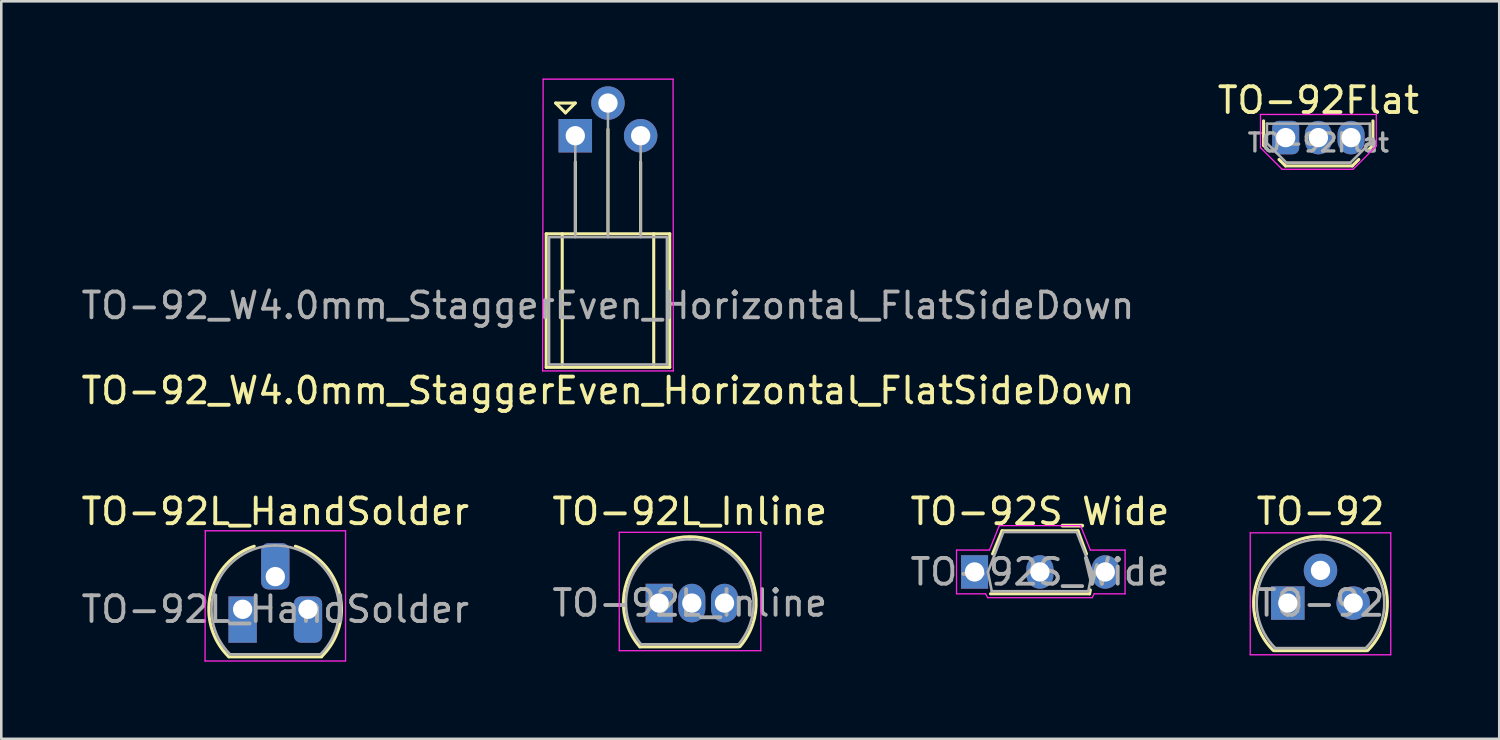
<source format=kicad_pcb>
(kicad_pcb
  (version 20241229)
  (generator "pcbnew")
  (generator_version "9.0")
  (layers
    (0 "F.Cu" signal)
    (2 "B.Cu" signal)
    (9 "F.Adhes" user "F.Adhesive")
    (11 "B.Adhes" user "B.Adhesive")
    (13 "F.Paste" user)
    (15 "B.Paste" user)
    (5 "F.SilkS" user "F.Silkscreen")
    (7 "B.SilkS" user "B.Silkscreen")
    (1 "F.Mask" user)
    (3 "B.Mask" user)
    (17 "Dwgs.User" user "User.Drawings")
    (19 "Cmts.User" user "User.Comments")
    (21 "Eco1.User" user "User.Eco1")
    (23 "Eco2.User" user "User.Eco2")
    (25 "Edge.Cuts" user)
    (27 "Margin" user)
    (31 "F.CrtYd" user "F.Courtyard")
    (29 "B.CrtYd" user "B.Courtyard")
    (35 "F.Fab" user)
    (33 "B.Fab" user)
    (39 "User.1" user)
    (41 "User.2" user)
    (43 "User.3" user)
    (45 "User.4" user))
  (footprint "TO-92L_Inline"
    (layer "F.Cu")
    (at 22.566 20.387)
    (property "Reference" "TO-92L_Inline" (at 1.19 -3.56 0) (layer "F.SilkS") (effects (font (size 1 1) (thickness 0.15))))
    (attr through_hole)
    (fp_line (start -0.75 1.7) (end 3.1 1.7) (stroke (width 0.12) (type solid)) (layer "F.SilkS"))
    (fp_arc (start -0.75 1.7) (mid 1.183448 -2.579449) (end 3.138611 1.690122) (stroke (width 0.12) (type solid)) (layer "F.SilkS"))
    (fp_line (start -1.55 -2.75) (end -1.55 1.85) (stroke (width 0.05) (type solid)) (layer "F.CrtYd"))
    (fp_line (start -1.55 -2.75) (end 3.95 -2.75) (stroke (width 0.05) (type solid)) (layer "F.CrtYd"))
    (fp_line (start 3.95 1.85) (end -1.55 1.85) (stroke (width 0.05) (type solid)) (layer "F.CrtYd"))
    (fp_line (start 3.95 1.85) (end 3.95 -2.75) (stroke (width 0.05) (type solid)) (layer "F.CrtYd"))
    (fp_line (start -0.7 1.6) (end 3.05 1.6) (stroke (width 0.1) (type solid)) (layer "F.Fab"))
    (fp_arc (start -0.702818 1.602385) (mid -1.059924 -1.043188) (end 1.19 -2.48) (stroke (width 0.1) (type solid)) (layer "F.Fab"))
    (fp_arc (start 1.19 -2.48) (mid 3.437211 -1.049019) (end 3.091103 1.592547) (stroke (width 0.1) (type solid)) (layer "F.Fab"))
    (fp_text user "${REFERENCE}" (at 1.19 0 0) (layer "F.Fab") (effects (font (size 1 1) (thickness 0.15))))
    (pad "1" thru_hole rect (at 0 0) (size 1.05 1.5) (drill 0.75) (layers "*.Cu" "*.Mask"))
    (pad "2" thru_hole oval (at 1.27 0) (size 1.05 1.5) (drill 0.75) (layers "*.Cu" "*.Mask"))
    (pad "3" thru_hole oval (at 2.54 0) (size 1.05 1.5) (drill 0.75) (layers "*.Cu" "*.Mask")))
  (footprint "TO-92S_Wide"
    (layer "F.Cu")
    (at 34.823 19.177)
    (property "Reference" "TO-92S_Wide" (at 2.54 -2.35 0) (layer "F.SilkS") (effects (font (size 1 1) (thickness 0.15))))
    (attr through_hole)
    (fp_line (start 0.62 0.85) (end 4.47 0.85) (stroke (width 0.12) (type solid)) (layer "F.SilkS"))
    (fp_line (start 1.07 -1.6) (end 0.7 -0.7) (stroke (width 0.12) (type solid)) (layer "F.SilkS"))
    (fp_line (start 4.02 -1.6) (end 1.07 -1.6) (stroke (width 0.12) (type solid)) (layer "F.SilkS"))
    (fp_line (start 4.35 -0.7) (end 4.02 -1.6) (stroke (width 0.12) (type solid)) (layer "F.SilkS"))
    (fp_line (start 4.47 0.85) (end 4.5 0.7) (stroke (width 0.12) (type solid)) (layer "F.SilkS"))
    (fp_line (start -0.7 -0.85) (end -0.7 0.85) (stroke (width 0.05) (type solid)) (layer "F.CrtYd"))
    (fp_line (start -0.7 0.85) (end 0.43 0.85) (stroke (width 0.05) (type solid)) (layer "F.CrtYd"))
    (fp_line (start 0.51 1) (end 0.43 0.85) (stroke (width 0.05) (type solid)) (layer "F.CrtYd"))
    (fp_line (start 0.51 1) (end 4.57 1) (stroke (width 0.05) (type solid)) (layer "F.CrtYd"))
    (fp_line (start 0.58 -0.85) (end -0.7 -0.85) (stroke (width 0.05) (type solid)) (layer "F.CrtYd"))
    (fp_line (start 0.58 -0.85) (end 0.96 -1.8) (stroke (width 0.05) (type solid)) (layer "F.CrtYd"))
    (fp_line (start 4.12 -1.8) (end 0.96 -1.8) (stroke (width 0.05) (type solid)) (layer "F.CrtYd"))
    (fp_line (start 4.5 -0.85) (end 4.12 -1.8) (stroke (width 0.05) (type solid)) (layer "F.CrtYd"))
    (fp_line (start 4.5 -0.85) (end 5.85 -0.85) (stroke (width 0.05) (type solid)) (layer "F.CrtYd"))
    (fp_line (start 4.57 1) (end 4.65 0.85) (stroke (width 0.05) (type solid)) (layer "F.CrtYd"))
    (fp_line (start 5.85 -0.85) (end 5.85 0.85) (stroke (width 0.05) (type solid)) (layer "F.CrtYd"))
    (fp_line (start 5.85 0.85) (end 4.65 0.85) (stroke (width 0.05) (type solid)) (layer "F.CrtYd"))
    (fp_line (start 0.52 0) (end 1.12 -1.55) (stroke (width 0.1) (type solid)) (layer "F.Fab"))
    (fp_line (start 0.67 0.75) (end 0.52 0) (stroke (width 0.1) (type solid)) (layer "F.Fab"))
    (fp_line (start 0.67 0.75) (end 4.42 0.75) (stroke (width 0.1) (type solid)) (layer "F.Fab"))
    (fp_line (start 1.12 -1.55) (end 3.97 -1.55) (stroke (width 0.1) (type solid)) (layer "F.Fab"))
    (fp_line (start 4.42 0.75) (end 4.57 0) (stroke (width 0.1) (type solid)) (layer "F.Fab"))
    (fp_line (start 4.57 0) (end 3.97 -1.55) (stroke (width 0.1) (type solid)) (layer "F.Fab"))
    (fp_text user "${REFERENCE}" (at 2.54 0 0) (layer "F.Fab") (effects (font (size 1 1) (thickness 0.15))))
    (pad "1" thru_hole rect (at 0 0) (size 1.05 1.3) (drill 0.75) (layers "*.Cu" "*.Mask"))
    (pad "2" thru_hole oval (at 2.54 0) (size 1.05 1.3) (drill 0.75) (layers "*.Cu" "*.Mask"))
    (pad "3" thru_hole oval (at 5.08 0) (size 1.05 1.3) (drill 0.75) (layers "*.Cu" "*.Mask")))
  (footprint "TO-92L_HandSolder"
    (layer "F.Cu")
    (at 6.379 20.628)
    (property "Reference" "TO-92L_HandSolder" (at 1.27 -3.8 0) (layer "F.SilkS") (effects (font (size 1 1) (thickness 0.15))))
    (attr through_hole)
    (fp_line (start -0.53 1.85) (end 3.07 1.85) (stroke (width 0.12) (type solid)) (layer "F.SilkS"))
    (fp_arc (start -0.541453 1.842156) (mid -1.247298 -0.581475) (end 0.45 -2.45) (stroke (width 0.12) (type solid)) (layer "F.SilkS"))
    (fp_arc (start 2.05 -2.45) (mid 3.769931 -0.601036) (end 3.078445 1.827684) (stroke (width 0.12) (type solid)) (layer "F.SilkS"))
    (fp_line (start -1.46 -3.05) (end 4 -3.05) (stroke (width 0.05) (type solid)) (layer "F.CrtYd"))
    (fp_line (start -1.45 -3.05) (end -1.46 2.01) (stroke (width 0.05) (type solid)) (layer "F.CrtYd"))
    (fp_line (start 4 2.01) (end -1.46 2.01) (stroke (width 0.05) (type solid)) (layer "F.CrtYd"))
    (fp_line (start 4 2.01) (end 4 -3.05) (stroke (width 0.05) (type solid)) (layer "F.CrtYd"))
    (fp_line (start -0.5 1.75) (end 3 1.75) (stroke (width 0.1) (type solid)) (layer "F.Fab"))
    (fp_arc (start -0.483625 1.753625) (mid -1.021221 -0.949055) (end 1.27 -2.48) (stroke (width 0.1) (type solid)) (layer "F.Fab"))
    (fp_arc (start 1.27 -2.48) (mid 3.561221 -0.949055) (end 3.023625 1.753625) (stroke (width 0.1) (type solid)) (layer "F.Fab"))
    (fp_text user "${REFERENCE}" (at 1.27 0 0) (layer "F.Fab") (effects (font (size 1 1) (thickness 0.15))))
    (pad "1" thru_hole rect (at 0 0) (size 1.1 1.8) (drill 0.75 (offset 0 0.4)) (layers "*.Cu" "*.Mask"))
    (pad "2" thru_hole roundrect (at 1.27 -1.27) (size 1.1 1.8) (drill 0.75 (offset 0 -0.4)) (layers "*.Cu" "*.Mask") (roundrect_rratio 0.25))
    (pad "3" thru_hole roundrect (at 2.54 0) (size 1.1 1.8) (drill 0.75 (offset 0 0.4)) (layers "*.Cu" "*.Mask") (roundrect_rratio 0.25)))
  (footprint "TO-92"
    (layer "F.Cu")
    (at 46.997 20.387)
    (property "Reference" "TO-92" (at 1.27 -3.56 0) (layer "F.SilkS") (effects (font (size 1 1) (thickness 0.15))))
    (attr through_hole)
    (fp_line (start -0.53 1.85) (end 3.07 1.85) (stroke (width 0.12) (type solid)) (layer "F.SilkS"))
    (fp_arc (start -0.568478 1.838478) (mid -1.132087 -0.994977) (end 1.27 -2.6) (stroke (width 0.12) (type solid)) (layer "F.SilkS"))
    (fp_arc (start 1.27 -2.6) (mid 3.672087 -0.994977) (end 3.108478 1.838478) (stroke (width 0.12) (type solid)) (layer "F.SilkS"))
    (fp_line (start -1.46 -2.73) (end -1.46 2.01) (stroke (width 0.05) (type solid)) (layer "F.CrtYd"))
    (fp_line (start -1.46 -2.73) (end 4 -2.73) (stroke (width 0.05) (type solid)) (layer "F.CrtYd"))
    (fp_line (start 4 2.01) (end -1.46 2.01) (stroke (width 0.05) (type solid)) (layer "F.CrtYd"))
    (fp_line (start 4 2.01) (end 4 -2.73) (stroke (width 0.05) (type solid)) (layer "F.CrtYd"))
    (fp_line (start -0.5 1.75) (end 3 1.75) (stroke (width 0.1) (type solid)) (layer "F.Fab"))
    (fp_arc (start -0.483625 1.753625) (mid -1.021221 -0.949055) (end 1.27 -2.48) (stroke (width 0.1) (type solid)) (layer "F.Fab"))
    (fp_arc (start 1.27 -2.48) (mid 3.561221 -0.949055) (end 3.023625 1.753625) (stroke (width 0.1) (type solid)) (layer "F.Fab"))
    (fp_text user "${REFERENCE}" (at 1.27 0 0) (layer "F.Fab") (effects (font (size 1 1) (thickness 0.15))))
    (pad "1" thru_hole rect (at 0 0) (size 1.3 1.3) (drill 0.75) (layers "*.Cu" "*.Mask"))
    (pad "2" thru_hole circle (at 1.27 -1.27) (size 1.3 1.3) (drill 0.75) (layers "*.Cu" "*.Mask"))
    (pad "3" thru_hole circle (at 2.54 0) (size 1.3 1.3) (drill 0.75) (layers "*.Cu" "*.Mask")))
  (footprint "TO-92Flat"
    (layer "F.Cu")
    (at 46.915 2.298)
    (property "Reference" "TO-92Flat" (at 1.27 -1.45 0) (layer "F.SilkS") (effects (font (size 1 1) (thickness 0.15))))
    (attr through_hole)
    (fp_line (start -0.86 0.3) (end -0.86 -0.65) (stroke (width 0.12) (type solid)) (layer "F.SilkS"))
    (fp_line (start -0.71 0.45) (end -0.86 0.3) (stroke (width 0.12) (type solid)) (layer "F.SilkS"))
    (fp_line (start -0.01 1.1) (end -0.26 0.85) (stroke (width 0.12) (type solid)) (layer "F.SilkS"))
    (fp_line (start -0.01 1.1) (end 2.59 1.1) (stroke (width 0.12) (type solid)) (layer "F.SilkS"))
    (fp_line (start 2.59 1.1) (end 2.84 0.85) (stroke (width 0.12) (type solid)) (layer "F.SilkS"))
    (fp_line (start 3.24 0.45) (end 3.39 0.3) (stroke (width 0.12) (type solid)) (layer "F.SilkS"))
    (fp_line (start 3.39 -0.65) (end 3.39 0.3) (stroke (width 0.12) (type solid)) (layer "F.SilkS"))
    (fp_line (start -0.98 -0.9) (end 3.52 -0.9) (stroke (width 0.05) (type solid)) (layer "F.CrtYd"))
    (fp_line (start -0.98 0.39) (end -0.98 -0.9) (stroke (width 0.05) (type solid)) (layer "F.CrtYd"))
    (fp_line (start -0.14 1.23) (end -0.98 0.39) (stroke (width 0.05) (type solid)) (layer "F.CrtYd"))
    (fp_line (start 2.62 1.23) (end -0.14 1.23) (stroke (width 0.05) (type solid)) (layer "F.CrtYd"))
    (fp_line (start 3.52 -0.9) (end 3.52 0.33) (stroke (width 0.05) (type solid)) (layer "F.CrtYd"))
    (fp_line (start 3.52 0.33) (end 2.62 1.23) (stroke (width 0.05) (type solid)) (layer "F.CrtYd"))
    (fp_line (start -0.73 -0.542) (end -0.73 0.217) (stroke (width 0.1) (type solid)) (layer "F.Fab"))
    (fp_line (start 0.03 0.978) (end -0.73 0.217) (stroke (width 0.1) (type solid)) (layer "F.Fab"))
    (fp_line (start 2.51 0.978) (end 0.03 0.978) (stroke (width 0.1) (type solid)) (layer "F.Fab"))
    (fp_line (start 2.51 0.978) (end 0.03 0.978) (stroke (width 0.1) (type solid)) (layer "F.Fab"))
    (fp_line (start 3.27 -0.542) (end -0.73 -0.542) (stroke (width 0.1) (type solid)) (layer "F.Fab"))
    (fp_line (start 3.27 -0.542) (end 3.27 0.217) (stroke (width 0.1) (type solid)) (layer "F.Fab"))
    (fp_line (start 3.27 0.217) (end 2.51 0.978) (stroke (width 0.1) (type solid)) (layer "F.Fab"))
    (fp_text user "${REFERENCE}" (at 1.27 0.2 0) (layer "F.Fab") (effects (font (size 0.7 0.7) (thickness 0.13))))
    (pad "1" thru_hole roundrect (at 0 0) (size 1.05 1.3) (drill 0.75) (layers "*.Cu" "*.Mask") (roundrect_rratio 0.238))
    (pad "2" thru_hole oval (at 1.27 0) (size 1.05 1.3) (drill 0.75) (layers "*.Cu" "*.Mask"))
    (pad "3" thru_hole oval (at 2.54 0) (size 1.05 1.3) (drill 0.75) (layers "*.Cu" "*.Mask")))
  (footprint "TO-92_W4.0mm_StaggerEven_Horizontal_FlatSideDown"
    (layer "F.Cu")
    (at 19.307 2.225)
    (property "Reference" "TO-92_W4.0mm_StaggerEven_Horizontal_FlatSideDown" (at 1.27 9.906 0) (layer "F.SilkS") (effects (font (size 1 1) (thickness 0.15))))
    (attr through_hole)
    (fp_line (start -1.13 3.81) (end 3.67 3.81) (stroke (width 0.12) (type solid)) (layer "F.SilkS"))
    (fp_line (start -1.13 9) (end -1.13 3.81) (stroke (width 0.12) (type solid)) (layer "F.SilkS"))
    (fp_line (start -0.762 -1.27) (end -0.381 -0.889) (stroke (width 0.12) (type solid)) (layer "F.SilkS"))
    (fp_line (start -0.508 3.81) (end -0.508 8.89) (stroke (width 0.12) (type solid)) (layer "F.SilkS"))
    (fp_line (start -0.381 -0.889) (end 0 -1.27) (stroke (width 0.12) (type solid)) (layer "F.SilkS"))
    (fp_line (start 0 -1.27) (end -0.762 -1.27) (stroke (width 0.12) (type solid)) (layer "F.SilkS"))
    (fp_line (start 0 1.02) (end 0 3.81) (stroke (width 0.12) (type solid)) (layer "F.SilkS"))
    (fp_line (start 1.27 -0.25) (end 1.27 3.81) (stroke (width 0.12) (type solid)) (layer "F.SilkS"))
    (fp_line (start 2.54 1.02) (end 2.54 3.81) (stroke (width 0.12) (type solid)) (layer "F.SilkS"))
    (fp_line (start 3.048 8.89) (end 3.048 3.81) (stroke (width 0.12) (type solid)) (layer "F.SilkS"))
    (fp_line (start 3.67 3.81) (end 3.67 9) (stroke (width 0.12) (type solid)) (layer "F.SilkS"))
    (fp_line (start 3.67 9) (end -1.13 9) (stroke (width 0.12) (type solid)) (layer "F.SilkS"))
    (fp_line (start -1.25 -2.2) (end -1.27 9.14) (stroke (width 0.05) (type solid)) (layer "F.CrtYd"))
    (fp_line (start -1.25 -2.2) (end 3.8 -2.2) (stroke (width 0.05) (type solid)) (layer "F.CrtYd"))
    (fp_line (start 3.81 9.14) (end -1.27 9.14) (stroke (width 0.05) (type solid)) (layer "F.CrtYd"))
    (fp_line (start 3.81 9.14) (end 3.8 -2.2) (stroke (width 0.05) (type solid)) (layer "F.CrtYd"))
    (fp_line (start -1.02 3.94) (end 3.56 3.94) (stroke (width 0.1) (type solid)) (layer "F.Fab"))
    (fp_line (start -1.02 8.89) (end -1.02 3.94) (stroke (width 0.1) (type solid)) (layer "F.Fab"))
    (fp_line (start 0 3.94) (end 0 0) (stroke (width 0.1) (type solid)) (layer "F.Fab"))
    (fp_line (start 1.27 3.94) (end 1.27 -1.27) (stroke (width 0.1) (type solid)) (layer "F.Fab"))
    (fp_line (start 2.54 3.94) (end 2.54 0) (stroke (width 0.1) (type solid)) (layer "F.Fab"))
    (fp_line (start 3.56 3.94) (end 3.56 8.89) (stroke (width 0.1) (type solid)) (layer "F.Fab"))
    (fp_line (start 3.56 8.89) (end -1.02 8.89) (stroke (width 0.1) (type solid)) (layer "F.Fab"))
    (fp_text user "${REFERENCE}" (at 1.27 6.6 0) (layer "F.Fab") (effects (font (size 1 1) (thickness 0.15))))
    (pad "1" thru_hole rect (at 0 0 90) (size 1.3 1.3) (drill 0.75) (layers "*.Cu" "*.Mask"))
    (pad "2" thru_hole circle (at 1.27 -1.27 90) (size 1.3 1.3) (drill 0.75) (layers "*.Cu" "*.Mask"))
    (pad "3" thru_hole circle (at 2.54 0 90) (size 1.3 1.3) (drill 0.75) (layers "*.Cu" "*.Mask")))
  (gr_rect
    (start -3 -3)
    (end 55.214 25.663)
    (stroke (width 0.1) (type default))
    (fill no)
    (layer "Edge.Cuts")))
</source>
